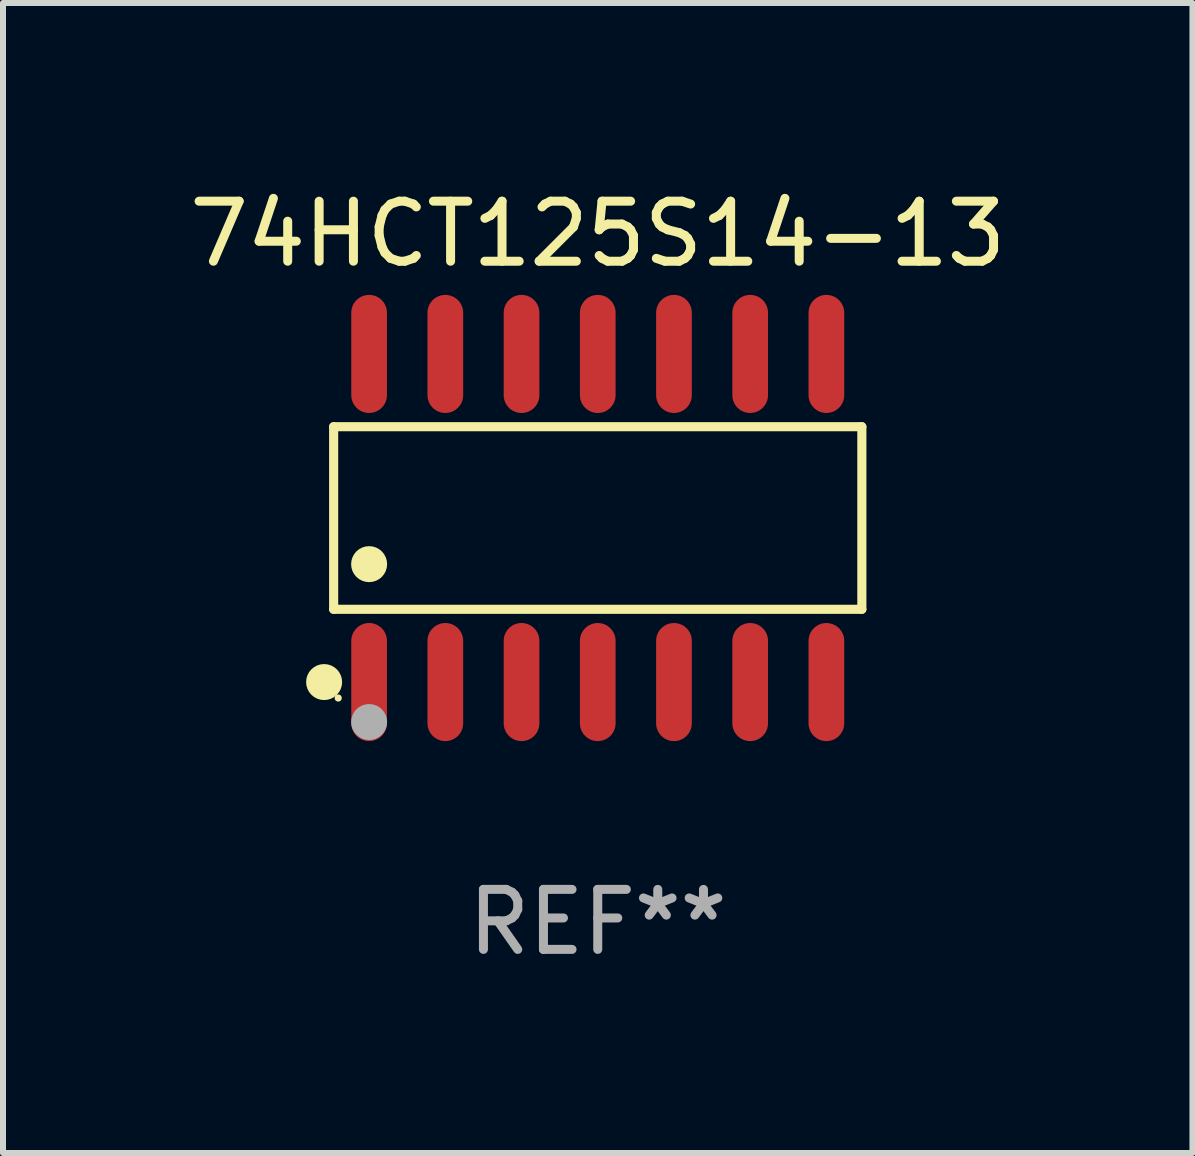
<source format=kicad_pcb>
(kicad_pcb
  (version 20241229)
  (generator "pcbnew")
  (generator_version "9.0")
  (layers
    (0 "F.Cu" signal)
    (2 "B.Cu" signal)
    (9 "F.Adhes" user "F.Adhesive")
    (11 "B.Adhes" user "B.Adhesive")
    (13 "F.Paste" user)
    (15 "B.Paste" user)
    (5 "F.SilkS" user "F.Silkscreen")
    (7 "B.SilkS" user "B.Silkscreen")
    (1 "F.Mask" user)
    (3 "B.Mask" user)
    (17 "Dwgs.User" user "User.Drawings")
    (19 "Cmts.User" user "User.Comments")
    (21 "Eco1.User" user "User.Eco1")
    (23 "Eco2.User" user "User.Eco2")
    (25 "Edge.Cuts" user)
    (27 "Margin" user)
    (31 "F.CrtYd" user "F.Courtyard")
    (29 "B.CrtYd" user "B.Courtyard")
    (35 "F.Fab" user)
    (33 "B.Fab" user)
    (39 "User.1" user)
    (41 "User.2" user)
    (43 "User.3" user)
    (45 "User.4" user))
  (footprint "74HCT125S14-13"
    (layer "F.Cu")
    (at 6.911 5.582)
    (property "Reference" "74HCT125S14-13" (at 0 -4.734 0) (layer "F.SilkS") (effects (font (size 1 1) (thickness 0.15))))
    (attr through_hole)
    (fp_line (start -4.401 -1.521) (end 4.401 -1.521) (stroke (width 0.152) (type solid)) (layer "F.SilkS"))
    (fp_line (start -4.401 1.521) (end -4.401 -1.521) (stroke (width 0.152) (type solid)) (layer "F.SilkS"))
    (fp_line (start 4.401 -1.521) (end 4.401 1.521) (stroke (width 0.152) (type solid)) (layer "F.SilkS"))
    (fp_line (start 4.401 1.521) (end -4.401 1.521) (stroke (width 0.152) (type solid)) (layer "F.SilkS"))
    (fp_circle (center -4.56 2.734) (end -4.41 2.734) (stroke (width 0.3) (type solid)) (fill no) (layer "F.SilkS"))
    (fp_circle (center -4.325 3) (end -4.295 3) (stroke (width 0.06) (type solid)) (fill no) (layer "F.SilkS"))
    (fp_circle (center -3.81 0.769) (end -3.66 0.769) (stroke (width 0.3) (type solid)) (fill no) (layer "F.SilkS"))
    (fp_circle (center -3.81 3.4) (end -3.66 3.4) (stroke (width 0.3) (type solid)) (fill no) (layer "F.Fab"))
    (fp_text user "REF**" (at 0 6.734 0) (layer "F.Fab") (effects (font (size 1 1) (thickness 0.15))))
    (pad "1" smd oval (at -3.81 2.734) (size 0.595 1.968) (layers "F.Cu" "F.Mask" "F.Paste"))
    (pad "2" smd oval (at -2.54 2.734) (size 0.595 1.968) (layers "F.Cu" "F.Mask" "F.Paste"))
    (pad "3" smd oval (at -1.27 2.734) (size 0.595 1.968) (layers "F.Cu" "F.Mask" "F.Paste"))
    (pad "4" smd oval (at 0 2.734) (size 0.595 1.968) (layers "F.Cu" "F.Mask" "F.Paste"))
    (pad "5" smd oval (at 1.27 2.734) (size 0.595 1.968) (layers "F.Cu" "F.Mask" "F.Paste"))
    (pad "6" smd oval (at 2.54 2.734) (size 0.595 1.968) (layers "F.Cu" "F.Mask" "F.Paste"))
    (pad "7" smd oval (at 3.81 2.734) (size 0.595 1.968) (layers "F.Cu" "F.Mask" "F.Paste"))
    (pad "8" smd oval (at 3.81 -2.734) (size 0.595 1.968) (layers "F.Cu" "F.Mask" "F.Paste"))
    (pad "9" smd oval (at 2.54 -2.734) (size 0.595 1.968) (layers "F.Cu" "F.Mask" "F.Paste"))
    (pad "10" smd oval (at 1.27 -2.734) (size 0.595 1.968) (layers "F.Cu" "F.Mask" "F.Paste"))
    (pad "11" smd oval (at 0 -2.734) (size 0.595 1.968) (layers "F.Cu" "F.Mask" "F.Paste"))
    (pad "12" smd oval (at -1.27 -2.734) (size 0.595 1.968) (layers "F.Cu" "F.Mask" "F.Paste"))
    (pad "13" smd oval (at -2.54 -2.734) (size 0.595 1.968) (layers "F.Cu" "F.Mask" "F.Paste"))
    (pad "14" smd oval (at -3.81 -2.734) (size 0.595 1.968) (layers "F.Cu" "F.Mask" "F.Paste")))
  (gr_rect
    (start -3 -3)
    (end 16.821 16.164)
    (stroke (width 0.1) (type default))
    (fill no)
    (layer "Edge.Cuts")))
</source>
